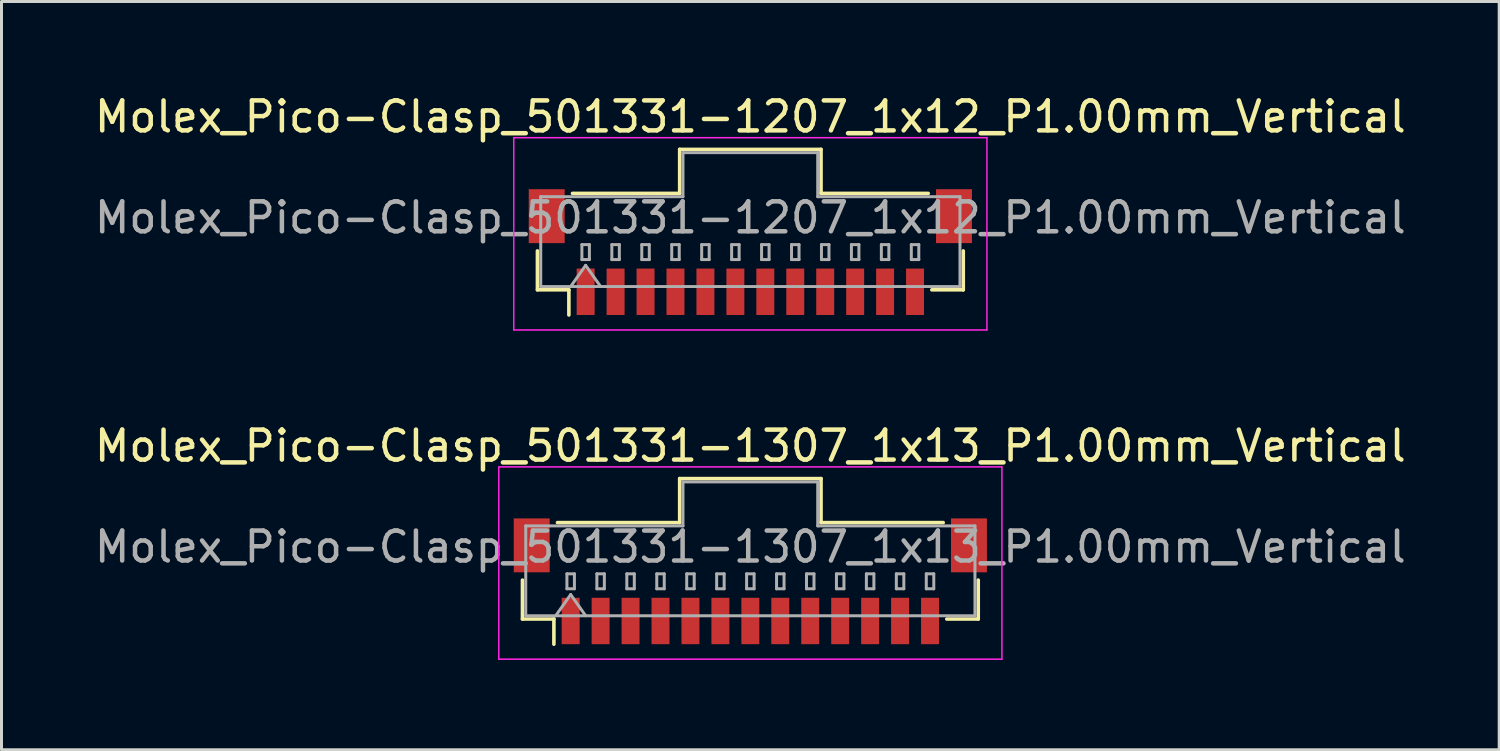
<source format=kicad_pcb>
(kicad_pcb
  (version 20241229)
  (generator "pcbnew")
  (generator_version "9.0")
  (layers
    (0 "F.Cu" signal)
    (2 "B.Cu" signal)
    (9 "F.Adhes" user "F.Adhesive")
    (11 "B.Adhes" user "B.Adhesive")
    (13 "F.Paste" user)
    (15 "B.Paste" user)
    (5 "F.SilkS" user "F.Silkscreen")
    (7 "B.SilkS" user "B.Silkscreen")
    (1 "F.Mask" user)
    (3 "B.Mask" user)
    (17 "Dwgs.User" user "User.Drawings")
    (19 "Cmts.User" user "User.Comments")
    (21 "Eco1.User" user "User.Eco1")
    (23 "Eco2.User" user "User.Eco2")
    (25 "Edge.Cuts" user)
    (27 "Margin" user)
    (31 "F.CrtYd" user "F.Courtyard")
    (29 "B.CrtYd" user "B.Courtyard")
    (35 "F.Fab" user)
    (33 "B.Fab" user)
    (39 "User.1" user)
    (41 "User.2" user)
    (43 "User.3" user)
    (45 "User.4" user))
  (footprint "Molex_Pico-Clasp_501331-1307_1x13_P1.00mm_Vertical"
    (layer "F.Cu")
    (at 22.006 16.361)
    (property "Reference" "Molex_Pico-Clasp_501331-1307_1x13_P1.00mm_Vertical" (at 0 -4.52 0) (layer "F.SilkS") (effects (font (size 1 1) (thickness 0.15))))
    (attr smd)
    (fp_line (start -7.61 -0.04) (end -7.61 1.26) (stroke (width 0.12) (type solid)) (layer "F.SilkS"))
    (fp_line (start -7.61 1.26) (end -6.56 1.26) (stroke (width 0.12) (type solid)) (layer "F.SilkS"))
    (fp_line (start -6.56 1.26) (end -6.56 2.1) (stroke (width 0.12) (type solid)) (layer "F.SilkS"))
    (fp_line (start -6.44 -1.96) (end -2.36 -1.96) (stroke (width 0.12) (type solid)) (layer "F.SilkS"))
    (fp_line (start -2.36 -3.43) (end 2.36 -3.43) (stroke (width 0.12) (type solid)) (layer "F.SilkS"))
    (fp_line (start -2.36 -1.96) (end -2.36 -3.43) (stroke (width 0.12) (type solid)) (layer "F.SilkS"))
    (fp_line (start 2.36 -3.43) (end 2.36 -1.96) (stroke (width 0.12) (type solid)) (layer "F.SilkS"))
    (fp_line (start 2.36 -1.96) (end 6.44 -1.96) (stroke (width 0.12) (type solid)) (layer "F.SilkS"))
    (fp_line (start 7.61 -0.04) (end 7.61 1.26) (stroke (width 0.12) (type solid)) (layer "F.SilkS"))
    (fp_line (start 7.61 1.26) (end 6.56 1.26) (stroke (width 0.12) (type solid)) (layer "F.SilkS"))
    (fp_line (start -8.4 -3.82) (end -8.4 2.6) (stroke (width 0.05) (type solid)) (layer "F.CrtYd"))
    (fp_line (start -8.4 2.6) (end 8.4 2.6) (stroke (width 0.05) (type solid)) (layer "F.CrtYd"))
    (fp_line (start 8.4 -3.82) (end -8.4 -3.82) (stroke (width 0.05) (type solid)) (layer "F.CrtYd"))
    (fp_line (start 8.4 2.6) (end 8.4 -3.82) (stroke (width 0.05) (type solid)) (layer "F.CrtYd"))
    (fp_line (start -7.5 -1.85) (end -2.25 -1.85) (stroke (width 0.1) (type solid)) (layer "F.Fab"))
    (fp_line (start -7.5 1.15) (end -7.5 -1.85) (stroke (width 0.1) (type solid)) (layer "F.Fab"))
    (fp_line (start -7.5 1.15) (end 7.5 1.15) (stroke (width 0.1) (type solid)) (layer "F.Fab"))
    (fp_line (start -6.5 1.15) (end -6 0.443) (stroke (width 0.1) (type solid)) (layer "F.Fab"))
    (fp_line (start -6.125 -0.25) (end -6.125 0.25) (stroke (width 0.1) (type solid)) (layer "F.Fab"))
    (fp_line (start -6.125 0.25) (end -5.875 0.25) (stroke (width 0.1) (type solid)) (layer "F.Fab"))
    (fp_line (start -6 0.443) (end -5.5 1.15) (stroke (width 0.1) (type solid)) (layer "F.Fab"))
    (fp_line (start -5.875 -0.25) (end -6.125 -0.25) (stroke (width 0.1) (type solid)) (layer "F.Fab"))
    (fp_line (start -5.875 0.25) (end -5.875 -0.25) (stroke (width 0.1) (type solid)) (layer "F.Fab"))
    (fp_line (start -5.125 -0.25) (end -5.125 0.25) (stroke (width 0.1) (type solid)) (layer "F.Fab"))
    (fp_line (start -5.125 0.25) (end -4.875 0.25) (stroke (width 0.1) (type solid)) (layer "F.Fab"))
    (fp_line (start -4.875 -0.25) (end -5.125 -0.25) (stroke (width 0.1) (type solid)) (layer "F.Fab"))
    (fp_line (start -4.875 0.25) (end -4.875 -0.25) (stroke (width 0.1) (type solid)) (layer "F.Fab"))
    (fp_line (start -4.125 -0.25) (end -4.125 0.25) (stroke (width 0.1) (type solid)) (layer "F.Fab"))
    (fp_line (start -4.125 0.25) (end -3.875 0.25) (stroke (width 0.1) (type solid)) (layer "F.Fab"))
    (fp_line (start -3.875 -0.25) (end -4.125 -0.25) (stroke (width 0.1) (type solid)) (layer "F.Fab"))
    (fp_line (start -3.875 0.25) (end -3.875 -0.25) (stroke (width 0.1) (type solid)) (layer "F.Fab"))
    (fp_line (start -3.125 -0.25) (end -3.125 0.25) (stroke (width 0.1) (type solid)) (layer "F.Fab"))
    (fp_line (start -3.125 0.25) (end -2.875 0.25) (stroke (width 0.1) (type solid)) (layer "F.Fab"))
    (fp_line (start -2.875 -0.25) (end -3.125 -0.25) (stroke (width 0.1) (type solid)) (layer "F.Fab"))
    (fp_line (start -2.875 0.25) (end -2.875 -0.25) (stroke (width 0.1) (type solid)) (layer "F.Fab"))
    (fp_line (start -2.25 -3.32) (end 2.25 -3.32) (stroke (width 0.1) (type solid)) (layer "F.Fab"))
    (fp_line (start -2.25 -1.85) (end -2.25 -3.32) (stroke (width 0.1) (type solid)) (layer "F.Fab"))
    (fp_line (start -2.125 -0.25) (end -2.125 0.25) (stroke (width 0.1) (type solid)) (layer "F.Fab"))
    (fp_line (start -2.125 0.25) (end -1.875 0.25) (stroke (width 0.1) (type solid)) (layer "F.Fab"))
    (fp_line (start -1.875 -0.25) (end -2.125 -0.25) (stroke (width 0.1) (type solid)) (layer "F.Fab"))
    (fp_line (start -1.875 0.25) (end -1.875 -0.25) (stroke (width 0.1) (type solid)) (layer "F.Fab"))
    (fp_line (start -1.125 -0.25) (end -1.125 0.25) (stroke (width 0.1) (type solid)) (layer "F.Fab"))
    (fp_line (start -1.125 0.25) (end -0.875 0.25) (stroke (width 0.1) (type solid)) (layer "F.Fab"))
    (fp_line (start -0.875 -0.25) (end -1.125 -0.25) (stroke (width 0.1) (type solid)) (layer "F.Fab"))
    (fp_line (start -0.875 0.25) (end -0.875 -0.25) (stroke (width 0.1) (type solid)) (layer "F.Fab"))
    (fp_line (start -0.125 -0.25) (end -0.125 0.25) (stroke (width 0.1) (type solid)) (layer "F.Fab"))
    (fp_line (start -0.125 0.25) (end 0.125 0.25) (stroke (width 0.1) (type solid)) (layer "F.Fab"))
    (fp_line (start 0.125 -0.25) (end -0.125 -0.25) (stroke (width 0.1) (type solid)) (layer "F.Fab"))
    (fp_line (start 0.125 0.25) (end 0.125 -0.25) (stroke (width 0.1) (type solid)) (layer "F.Fab"))
    (fp_line (start 0.875 -0.25) (end 0.875 0.25) (stroke (width 0.1) (type solid)) (layer "F.Fab"))
    (fp_line (start 0.875 0.25) (end 1.125 0.25) (stroke (width 0.1) (type solid)) (layer "F.Fab"))
    (fp_line (start 1.125 -0.25) (end 0.875 -0.25) (stroke (width 0.1) (type solid)) (layer "F.Fab"))
    (fp_line (start 1.125 0.25) (end 1.125 -0.25) (stroke (width 0.1) (type solid)) (layer "F.Fab"))
    (fp_line (start 1.875 -0.25) (end 1.875 0.25) (stroke (width 0.1) (type solid)) (layer "F.Fab"))
    (fp_line (start 1.875 0.25) (end 2.125 0.25) (stroke (width 0.1) (type solid)) (layer "F.Fab"))
    (fp_line (start 2.125 -0.25) (end 1.875 -0.25) (stroke (width 0.1) (type solid)) (layer "F.Fab"))
    (fp_line (start 2.125 0.25) (end 2.125 -0.25) (stroke (width 0.1) (type solid)) (layer "F.Fab"))
    (fp_line (start 2.25 -3.32) (end 2.25 -1.85) (stroke (width 0.1) (type solid)) (layer "F.Fab"))
    (fp_line (start 2.25 -1.85) (end 7.5 -1.85) (stroke (width 0.1) (type solid)) (layer "F.Fab"))
    (fp_line (start 2.875 -0.25) (end 2.875 0.25) (stroke (width 0.1) (type solid)) (layer "F.Fab"))
    (fp_line (start 2.875 0.25) (end 3.125 0.25) (stroke (width 0.1) (type solid)) (layer "F.Fab"))
    (fp_line (start 3.125 -0.25) (end 2.875 -0.25) (stroke (width 0.1) (type solid)) (layer "F.Fab"))
    (fp_line (start 3.125 0.25) (end 3.125 -0.25) (stroke (width 0.1) (type solid)) (layer "F.Fab"))
    (fp_line (start 3.875 -0.25) (end 3.875 0.25) (stroke (width 0.1) (type solid)) (layer "F.Fab"))
    (fp_line (start 3.875 0.25) (end 4.125 0.25) (stroke (width 0.1) (type solid)) (layer "F.Fab"))
    (fp_line (start 4.125 -0.25) (end 3.875 -0.25) (stroke (width 0.1) (type solid)) (layer "F.Fab"))
    (fp_line (start 4.125 0.25) (end 4.125 -0.25) (stroke (width 0.1) (type solid)) (layer "F.Fab"))
    (fp_line (start 4.875 -0.25) (end 4.875 0.25) (stroke (width 0.1) (type solid)) (layer "F.Fab"))
    (fp_line (start 4.875 0.25) (end 5.125 0.25) (stroke (width 0.1) (type solid)) (layer "F.Fab"))
    (fp_line (start 5.125 -0.25) (end 4.875 -0.25) (stroke (width 0.1) (type solid)) (layer "F.Fab"))
    (fp_line (start 5.125 0.25) (end 5.125 -0.25) (stroke (width 0.1) (type solid)) (layer "F.Fab"))
    (fp_line (start 5.875 -0.25) (end 5.875 0.25) (stroke (width 0.1) (type solid)) (layer "F.Fab"))
    (fp_line (start 5.875 0.25) (end 6.125 0.25) (stroke (width 0.1) (type solid)) (layer "F.Fab"))
    (fp_line (start 6.125 -0.25) (end 5.875 -0.25) (stroke (width 0.1) (type solid)) (layer "F.Fab"))
    (fp_line (start 6.125 0.25) (end 6.125 -0.25) (stroke (width 0.1) (type solid)) (layer "F.Fab"))
    (fp_line (start 7.5 1.15) (end 7.5 -1.85) (stroke (width 0.1) (type solid)) (layer "F.Fab"))
    (fp_text user "${REFERENCE}" (at 0 -1.15 0) (layer "F.Fab") (effects (font (size 1 1) (thickness 0.15))))
    (pad "" smd rect (at -7.3 -1.2) (size 1.2 1.8) (layers "F.Cu" "F.Mask" "F.Paste"))
    (pad "" smd rect (at 7.3 -1.2) (size 1.2 1.8) (layers "F.Cu" "F.Mask" "F.Paste"))
    (pad "1" smd rect (at -6 1.325) (size 0.6 1.55) (layers "F.Cu" "F.Mask" "F.Paste"))
    (pad "2" smd rect (at -5 1.325) (size 0.6 1.55) (layers "F.Cu" "F.Mask" "F.Paste"))
    (pad "3" smd rect (at -4 1.325) (size 0.6 1.55) (layers "F.Cu" "F.Mask" "F.Paste"))
    (pad "4" smd rect (at -3 1.325) (size 0.6 1.55) (layers "F.Cu" "F.Mask" "F.Paste"))
    (pad "5" smd rect (at -2 1.325) (size 0.6 1.55) (layers "F.Cu" "F.Mask" "F.Paste"))
    (pad "6" smd rect (at -1 1.325) (size 0.6 1.55) (layers "F.Cu" "F.Mask" "F.Paste"))
    (pad "7" smd rect (at 0 1.325) (size 0.6 1.55) (layers "F.Cu" "F.Mask" "F.Paste"))
    (pad "8" smd rect (at 1 1.325) (size 0.6 1.55) (layers "F.Cu" "F.Mask" "F.Paste"))
    (pad "9" smd rect (at 2 1.325) (size 0.6 1.55) (layers "F.Cu" "F.Mask" "F.Paste"))
    (pad "10" smd rect (at 3 1.325) (size 0.6 1.55) (layers "F.Cu" "F.Mask" "F.Paste"))
    (pad "11" smd rect (at 4 1.325) (size 0.6 1.55) (layers "F.Cu" "F.Mask" "F.Paste"))
    (pad "12" smd rect (at 5 1.325) (size 0.6 1.55) (layers "F.Cu" "F.Mask" "F.Paste"))
    (pad "13" smd rect (at 6 1.325) (size 0.6 1.55) (layers "F.Cu" "F.Mask" "F.Paste")))
  (footprint "Molex_Pico-Clasp_501331-1207_1x12_P1.00mm_Vertical"
    (layer "F.Cu")
    (at 22.006 5.368)
    (property "Reference" "Molex_Pico-Clasp_501331-1207_1x12_P1.00mm_Vertical" (at 0 -4.52 0) (layer "F.SilkS") (effects (font (size 1 1) (thickness 0.15))))
    (attr smd)
    (fp_line (start -7.11 -0.04) (end -7.11 1.26) (stroke (width 0.12) (type solid)) (layer "F.SilkS"))
    (fp_line (start -7.11 1.26) (end -6.06 1.26) (stroke (width 0.12) (type solid)) (layer "F.SilkS"))
    (fp_line (start -6.06 1.26) (end -6.06 2.1) (stroke (width 0.12) (type solid)) (layer "F.SilkS"))
    (fp_line (start -5.94 -1.96) (end -2.36 -1.96) (stroke (width 0.12) (type solid)) (layer "F.SilkS"))
    (fp_line (start -2.36 -3.43) (end 2.36 -3.43) (stroke (width 0.12) (type solid)) (layer "F.SilkS"))
    (fp_line (start -2.36 -1.96) (end -2.36 -3.43) (stroke (width 0.12) (type solid)) (layer "F.SilkS"))
    (fp_line (start 2.36 -3.43) (end 2.36 -1.96) (stroke (width 0.12) (type solid)) (layer "F.SilkS"))
    (fp_line (start 2.36 -1.96) (end 5.94 -1.96) (stroke (width 0.12) (type solid)) (layer "F.SilkS"))
    (fp_line (start 7.11 -0.04) (end 7.11 1.26) (stroke (width 0.12) (type solid)) (layer "F.SilkS"))
    (fp_line (start 7.11 1.26) (end 6.06 1.26) (stroke (width 0.12) (type solid)) (layer "F.SilkS"))
    (fp_line (start -7.9 -3.82) (end -7.9 2.6) (stroke (width 0.05) (type solid)) (layer "F.CrtYd"))
    (fp_line (start -7.9 2.6) (end 7.9 2.6) (stroke (width 0.05) (type solid)) (layer "F.CrtYd"))
    (fp_line (start 7.9 -3.82) (end -7.9 -3.82) (stroke (width 0.05) (type solid)) (layer "F.CrtYd"))
    (fp_line (start 7.9 2.6) (end 7.9 -3.82) (stroke (width 0.05) (type solid)) (layer "F.CrtYd"))
    (fp_line (start -7 -1.85) (end -2.25 -1.85) (stroke (width 0.1) (type solid)) (layer "F.Fab"))
    (fp_line (start -7 1.15) (end -7 -1.85) (stroke (width 0.1) (type solid)) (layer "F.Fab"))
    (fp_line (start -7 1.15) (end 7 1.15) (stroke (width 0.1) (type solid)) (layer "F.Fab"))
    (fp_line (start -6 1.15) (end -5.5 0.443) (stroke (width 0.1) (type solid)) (layer "F.Fab"))
    (fp_line (start -5.625 -0.25) (end -5.625 0.25) (stroke (width 0.1) (type solid)) (layer "F.Fab"))
    (fp_line (start -5.625 0.25) (end -5.375 0.25) (stroke (width 0.1) (type solid)) (layer "F.Fab"))
    (fp_line (start -5.5 0.443) (end -5 1.15) (stroke (width 0.1) (type solid)) (layer "F.Fab"))
    (fp_line (start -5.375 -0.25) (end -5.625 -0.25) (stroke (width 0.1) (type solid)) (layer "F.Fab"))
    (fp_line (start -5.375 0.25) (end -5.375 -0.25) (stroke (width 0.1) (type solid)) (layer "F.Fab"))
    (fp_line (start -4.625 -0.25) (end -4.625 0.25) (stroke (width 0.1) (type solid)) (layer "F.Fab"))
    (fp_line (start -4.625 0.25) (end -4.375 0.25) (stroke (width 0.1) (type solid)) (layer "F.Fab"))
    (fp_line (start -4.375 -0.25) (end -4.625 -0.25) (stroke (width 0.1) (type solid)) (layer "F.Fab"))
    (fp_line (start -4.375 0.25) (end -4.375 -0.25) (stroke (width 0.1) (type solid)) (layer "F.Fab"))
    (fp_line (start -3.625 -0.25) (end -3.625 0.25) (stroke (width 0.1) (type solid)) (layer "F.Fab"))
    (fp_line (start -3.625 0.25) (end -3.375 0.25) (stroke (width 0.1) (type solid)) (layer "F.Fab"))
    (fp_line (start -3.375 -0.25) (end -3.625 -0.25) (stroke (width 0.1) (type solid)) (layer "F.Fab"))
    (fp_line (start -3.375 0.25) (end -3.375 -0.25) (stroke (width 0.1) (type solid)) (layer "F.Fab"))
    (fp_line (start -2.625 -0.25) (end -2.625 0.25) (stroke (width 0.1) (type solid)) (layer "F.Fab"))
    (fp_line (start -2.625 0.25) (end -2.375 0.25) (stroke (width 0.1) (type solid)) (layer "F.Fab"))
    (fp_line (start -2.375 -0.25) (end -2.625 -0.25) (stroke (width 0.1) (type solid)) (layer "F.Fab"))
    (fp_line (start -2.375 0.25) (end -2.375 -0.25) (stroke (width 0.1) (type solid)) (layer "F.Fab"))
    (fp_line (start -2.25 -3.32) (end 2.25 -3.32) (stroke (width 0.1) (type solid)) (layer "F.Fab"))
    (fp_line (start -2.25 -1.85) (end -2.25 -3.32) (stroke (width 0.1) (type solid)) (layer "F.Fab"))
    (fp_line (start -1.625 -0.25) (end -1.625 0.25) (stroke (width 0.1) (type solid)) (layer "F.Fab"))
    (fp_line (start -1.625 0.25) (end -1.375 0.25) (stroke (width 0.1) (type solid)) (layer "F.Fab"))
    (fp_line (start -1.375 -0.25) (end -1.625 -0.25) (stroke (width 0.1) (type solid)) (layer "F.Fab"))
    (fp_line (start -1.375 0.25) (end -1.375 -0.25) (stroke (width 0.1) (type solid)) (layer "F.Fab"))
    (fp_line (start -0.625 -0.25) (end -0.625 0.25) (stroke (width 0.1) (type solid)) (layer "F.Fab"))
    (fp_line (start -0.625 0.25) (end -0.375 0.25) (stroke (width 0.1) (type solid)) (layer "F.Fab"))
    (fp_line (start -0.375 -0.25) (end -0.625 -0.25) (stroke (width 0.1) (type solid)) (layer "F.Fab"))
    (fp_line (start -0.375 0.25) (end -0.375 -0.25) (stroke (width 0.1) (type solid)) (layer "F.Fab"))
    (fp_line (start 0.375 -0.25) (end 0.375 0.25) (stroke (width 0.1) (type solid)) (layer "F.Fab"))
    (fp_line (start 0.375 0.25) (end 0.625 0.25) (stroke (width 0.1) (type solid)) (layer "F.Fab"))
    (fp_line (start 0.625 -0.25) (end 0.375 -0.25) (stroke (width 0.1) (type solid)) (layer "F.Fab"))
    (fp_line (start 0.625 0.25) (end 0.625 -0.25) (stroke (width 0.1) (type solid)) (layer "F.Fab"))
    (fp_line (start 1.375 -0.25) (end 1.375 0.25) (stroke (width 0.1) (type solid)) (layer "F.Fab"))
    (fp_line (start 1.375 0.25) (end 1.625 0.25) (stroke (width 0.1) (type solid)) (layer "F.Fab"))
    (fp_line (start 1.625 -0.25) (end 1.375 -0.25) (stroke (width 0.1) (type solid)) (layer "F.Fab"))
    (fp_line (start 1.625 0.25) (end 1.625 -0.25) (stroke (width 0.1) (type solid)) (layer "F.Fab"))
    (fp_line (start 2.25 -3.32) (end 2.25 -1.85) (stroke (width 0.1) (type solid)) (layer "F.Fab"))
    (fp_line (start 2.25 -1.85) (end 7 -1.85) (stroke (width 0.1) (type solid)) (layer "F.Fab"))
    (fp_line (start 2.375 -0.25) (end 2.375 0.25) (stroke (width 0.1) (type solid)) (layer "F.Fab"))
    (fp_line (start 2.375 0.25) (end 2.625 0.25) (stroke (width 0.1) (type solid)) (layer "F.Fab"))
    (fp_line (start 2.625 -0.25) (end 2.375 -0.25) (stroke (width 0.1) (type solid)) (layer "F.Fab"))
    (fp_line (start 2.625 0.25) (end 2.625 -0.25) (stroke (width 0.1) (type solid)) (layer "F.Fab"))
    (fp_line (start 3.375 -0.25) (end 3.375 0.25) (stroke (width 0.1) (type solid)) (layer "F.Fab"))
    (fp_line (start 3.375 0.25) (end 3.625 0.25) (stroke (width 0.1) (type solid)) (layer "F.Fab"))
    (fp_line (start 3.625 -0.25) (end 3.375 -0.25) (stroke (width 0.1) (type solid)) (layer "F.Fab"))
    (fp_line (start 3.625 0.25) (end 3.625 -0.25) (stroke (width 0.1) (type solid)) (layer "F.Fab"))
    (fp_line (start 4.375 -0.25) (end 4.375 0.25) (stroke (width 0.1) (type solid)) (layer "F.Fab"))
    (fp_line (start 4.375 0.25) (end 4.625 0.25) (stroke (width 0.1) (type solid)) (layer "F.Fab"))
    (fp_line (start 4.625 -0.25) (end 4.375 -0.25) (stroke (width 0.1) (type solid)) (layer "F.Fab"))
    (fp_line (start 4.625 0.25) (end 4.625 -0.25) (stroke (width 0.1) (type solid)) (layer "F.Fab"))
    (fp_line (start 5.375 -0.25) (end 5.375 0.25) (stroke (width 0.1) (type solid)) (layer "F.Fab"))
    (fp_line (start 5.375 0.25) (end 5.625 0.25) (stroke (width 0.1) (type solid)) (layer "F.Fab"))
    (fp_line (start 5.625 -0.25) (end 5.375 -0.25) (stroke (width 0.1) (type solid)) (layer "F.Fab"))
    (fp_line (start 5.625 0.25) (end 5.625 -0.25) (stroke (width 0.1) (type solid)) (layer "F.Fab"))
    (fp_line (start 7 1.15) (end 7 -1.85) (stroke (width 0.1) (type solid)) (layer "F.Fab"))
    (fp_text user "${REFERENCE}" (at 0 -1.15 0) (layer "F.Fab") (effects (font (size 1 1) (thickness 0.15))))
    (pad "" smd rect (at -6.8 -1.2) (size 1.2 1.8) (layers "F.Cu" "F.Mask" "F.Paste"))
    (pad "" smd rect (at 6.8 -1.2) (size 1.2 1.8) (layers "F.Cu" "F.Mask" "F.Paste"))
    (pad "1" smd rect (at -5.5 1.325) (size 0.6 1.55) (layers "F.Cu" "F.Mask" "F.Paste"))
    (pad "2" smd rect (at -4.5 1.325) (size 0.6 1.55) (layers "F.Cu" "F.Mask" "F.Paste"))
    (pad "3" smd rect (at -3.5 1.325) (size 0.6 1.55) (layers "F.Cu" "F.Mask" "F.Paste"))
    (pad "4" smd rect (at -2.5 1.325) (size 0.6 1.55) (layers "F.Cu" "F.Mask" "F.Paste"))
    (pad "5" smd rect (at -1.5 1.325) (size 0.6 1.55) (layers "F.Cu" "F.Mask" "F.Paste"))
    (pad "6" smd rect (at -0.5 1.325) (size 0.6 1.55) (layers "F.Cu" "F.Mask" "F.Paste"))
    (pad "7" smd rect (at 0.5 1.325) (size 0.6 1.55) (layers "F.Cu" "F.Mask" "F.Paste"))
    (pad "8" smd rect (at 1.5 1.325) (size 0.6 1.55) (layers "F.Cu" "F.Mask" "F.Paste"))
    (pad "9" smd rect (at 2.5 1.325) (size 0.6 1.55) (layers "F.Cu" "F.Mask" "F.Paste"))
    (pad "10" smd rect (at 3.5 1.325) (size 0.6 1.55) (layers "F.Cu" "F.Mask" "F.Paste"))
    (pad "11" smd rect (at 4.5 1.325) (size 0.6 1.55) (layers "F.Cu" "F.Mask" "F.Paste"))
    (pad "12" smd rect (at 5.5 1.325) (size 0.6 1.55) (layers "F.Cu" "F.Mask" "F.Paste")))
  (gr_rect
    (start -3 -3)
    (end 47.012 21.986)
    (stroke (width 0.1) (type default))
    (fill no)
    (layer "Edge.Cuts")))
</source>
